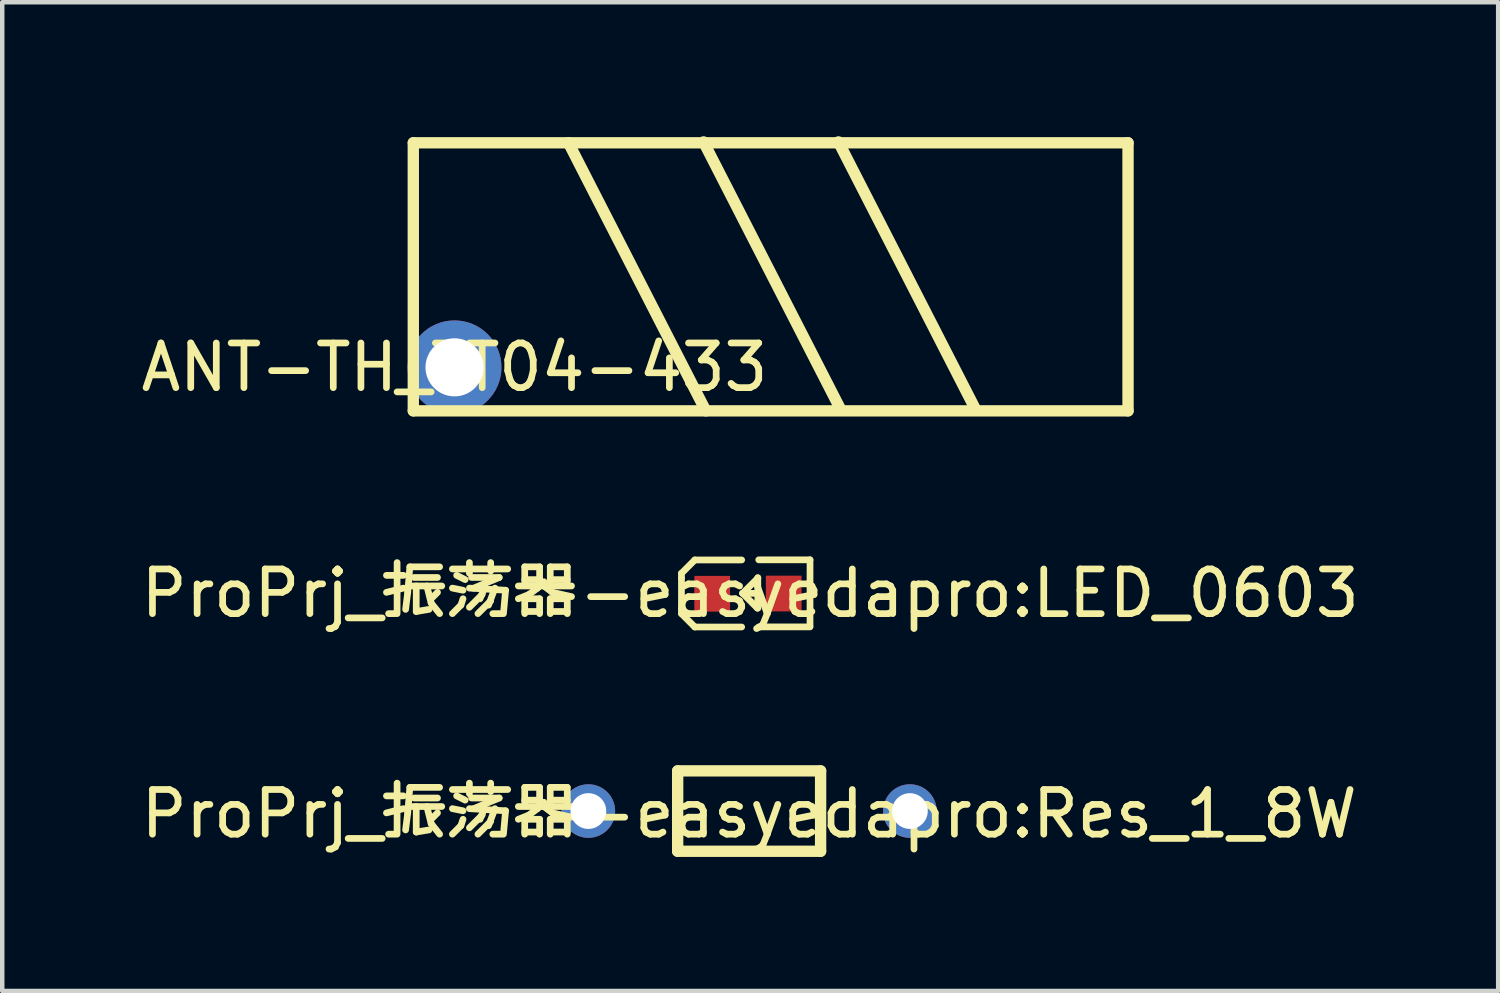
<source format=kicad_pcb>
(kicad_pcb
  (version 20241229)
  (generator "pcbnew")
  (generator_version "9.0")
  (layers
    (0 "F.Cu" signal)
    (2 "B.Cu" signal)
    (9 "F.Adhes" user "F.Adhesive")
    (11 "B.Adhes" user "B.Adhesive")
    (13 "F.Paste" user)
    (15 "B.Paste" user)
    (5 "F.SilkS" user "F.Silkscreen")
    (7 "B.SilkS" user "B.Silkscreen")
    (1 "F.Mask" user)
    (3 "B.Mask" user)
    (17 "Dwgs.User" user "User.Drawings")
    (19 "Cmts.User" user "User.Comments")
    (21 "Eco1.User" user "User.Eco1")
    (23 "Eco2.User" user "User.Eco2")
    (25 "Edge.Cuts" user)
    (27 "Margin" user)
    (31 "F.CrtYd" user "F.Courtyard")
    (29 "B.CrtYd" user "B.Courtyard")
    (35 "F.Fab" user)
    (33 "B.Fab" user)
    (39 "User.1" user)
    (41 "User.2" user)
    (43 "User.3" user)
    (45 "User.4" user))
  (footprint "ANT-TH_TT04-433"
    (layer "F.Cu")
    (at 7.125 5.173)
    (property "Reference" "ANT-TH_TT04-433" (at 0 0 0) (layer "F.SilkS") (effects (font (size 1 1) (thickness 0.15))))
    (fp_line (start -0.923 -5.026) (end -0.923 0.974) (stroke (width 0.254) (type default)) (layer "F.SilkS"))
    (fp_line (start -0.923 -5.026) (end 15.077 -5.026) (stroke (width 0.254) (type default)) (layer "F.SilkS"))
    (fp_line (start -0.923 0.974) (end 15.077 0.974) (stroke (width 0.254) (type default)) (layer "F.SilkS"))
    (fp_line (start 2.551 -5.026) (end 5.625 0.974) (stroke (width 0.254) (type default)) (layer "F.SilkS"))
    (fp_line (start 8.649 0.954) (end 5.575 -5.046) (stroke (width 0.254) (type default)) (layer "F.SilkS"))
    (fp_line (start 11.669 0.954) (end 8.595 -5.046) (stroke (width 0.254) (type default)) (layer "F.SilkS"))
    (fp_line (start 15.077 -5.026) (end 15.077 0.974) (stroke (width 0.254) (type default)) (layer "F.SilkS"))
    (fp_poly (pts (xy 0.55 0) (xy 0.531 -0.142) (xy 0.476 -0.275) (xy 0.389 -0.389) (xy 0.275 -0.476) (xy 0.142 -0.531) (xy 0 -0.55) (xy -0.142 -0.531) (xy -0.275 -0.476) (xy -0.389 -0.389) (xy -0.476 -0.275) (xy -0.531 -0.142) (xy -0.55 0) (xy -0.531 0.142) (xy -0.476 0.275) (xy -0.389 0.389) (xy -0.275 0.476) (xy -0.142 0.531) (xy 0 0.55) (xy 0.142 0.531) (xy 0.275 0.476) (xy 0.389 0.389) (xy 0.476 0.275) (xy 0.531 0.142)) (stroke (width 0.1) (type default)) (fill no) (layer "User.1"))
    (fp_line (start -0.923 -5.026) (end 15.077 -5.026) (stroke (width 0.051) (type default)) (layer "User.2"))
    (fp_line (start -0.923 0.974) (end -0.923 -5.026) (stroke (width 0.051) (type default)) (layer "User.2"))
    (fp_line (start 15.077 -5.026) (end 15.077 0.974) (stroke (width 0.051) (type default)) (layer "User.2"))
    (fp_line (start 15.077 0.974) (end -0.923 0.974) (stroke (width 0.051) (type default)) (layer "User.2"))
    (fp_poly (pts (xy -0.96 1.101) (xy -0.978 1.059) (xy -1.02 1.041) (xy -1.062 1.059) (xy -1.08 1.101) (xy -1.062 1.143) (xy -1.02 1.161) (xy -0.978 1.143)) (stroke (width 0.1) (type default)) (fill no) (layer "User.3"))
    (pad "1" thru_hole circle (at 0 0) (size 2.1 2.1) (drill 1.3) (layers "*.Cu" "*.Mask")))
  (footprint "ProPrj_振荡器-easyedapro{colon}LED_0603"
    (layer "F.Cu")
    (at 13.744 10.232)
    (property "Reference" "ProPrj_振荡器-easyedapro{colon}LED_0603" (at 0 0 0) (layer "F.SilkS") (effects (font (size 1 1) (thickness 0.15))))
    (fp_line (start -1.539 -0.447) (end -1.24 -0.747) (stroke (width 0.15) (type default)) (layer "F.SilkS"))
    (fp_line (start -1.539 -0.345) (end -1.539 -0.447) (stroke (width 0.15) (type default)) (layer "F.SilkS"))
    (fp_line (start -1.539 -0.345) (end -1.539 0.353) (stroke (width 0.15) (type default)) (layer "F.SilkS"))
    (fp_line (start -1.539 0.353) (end -1.539 0.455) (stroke (width 0.15) (type default)) (layer "F.SilkS"))
    (fp_line (start -1.539 0.455) (end -1.24 0.754) (stroke (width 0.15) (type default)) (layer "F.SilkS"))
    (fp_line (start -0.191 -0.747) (end -1.24 -0.747) (stroke (width 0.15) (type default)) (layer "F.SilkS"))
    (fp_line (start -0.191 0.754) (end -1.24 0.754) (stroke (width 0.15) (type default)) (layer "F.SilkS"))
    (fp_line (start 0.16 0.33) (end -0.17 0) (stroke (width 0.15) (type default)) (layer "F.SilkS"))
    (fp_line (start 0.17 -0.348) (end 0.17 -0.338) (stroke (width 0.15) (type default)) (layer "F.SilkS"))
    (fp_line (start 0.17 -0.348) (end 0.17 0.33) (stroke (width 0.15) (type default)) (layer "F.SilkS"))
    (fp_line (start 0.17 -0.338) (end -0.17 0) (stroke (width 0.15) (type default)) (layer "F.SilkS"))
    (fp_line (start 0.17 0) (end -0.17 0) (stroke (width 0.15) (type default)) (layer "F.SilkS"))
    (fp_line (start 0.17 0.33) (end 0.16 0.33) (stroke (width 0.15) (type default)) (layer "F.SilkS"))
    (fp_line (start 0.191 -0.75) (end 1.339 -0.75) (stroke (width 0.15) (type default)) (layer "F.SilkS"))
    (fp_line (start 0.191 0.752) (end 1.339 0.752) (stroke (width 0.15) (type default)) (layer "F.SilkS"))
    (fp_line (start 1.339 -0.75) (end 1.339 0.732) (stroke (width 0.15) (type default)) (layer "F.SilkS"))
    (fp_line (start -1.12 -0.053) (end -0.582 -0.053) (stroke (width 0.1) (type default)) (layer "User.1"))
    (fp_line (start -1.12 0.076) (end -1.12 -0.053) (stroke (width 0.1) (type default)) (layer "User.1"))
    (fp_line (start -0.912 0.411) (end -0.894 0.455) (stroke (width 0.1) (type default)) (layer "User.1"))
    (fp_line (start -0.894 0.368) (end -0.912 0.411) (stroke (width 0.1) (type default)) (layer "User.1"))
    (fp_line (start -0.894 0.455) (end -0.851 0.472) (stroke (width 0.1) (type default)) (layer "User.1"))
    (fp_line (start -0.851 -0.391) (end 0.75 -0.391) (stroke (width 0.051) (type default)) (layer "User.1"))
    (fp_line (start -0.851 -0.389) (end -0.551 -0.389) (stroke (width 0.1) (type default)) (layer "User.1"))
    (fp_line (start -0.851 0.35) (end -0.894 0.368) (stroke (width 0.1) (type default)) (layer "User.1"))
    (fp_line (start -0.851 0.406) (end -0.851 -0.391) (stroke (width 0.051) (type default)) (layer "User.1"))
    (fp_line (start -0.851 0.411) (end -0.851 -0.389) (stroke (width 0.1) (type default)) (layer "User.1"))
    (fp_line (start -0.851 0.472) (end -0.808 0.455) (stroke (width 0.1) (type default)) (layer "User.1"))
    (fp_line (start -0.808 0.368) (end -0.851 0.35) (stroke (width 0.1) (type default)) (layer "User.1"))
    (fp_line (start -0.808 0.455) (end -0.79 0.411) (stroke (width 0.1) (type default)) (layer "User.1"))
    (fp_line (start -0.79 0.411) (end -0.808 0.368) (stroke (width 0.1) (type default)) (layer "User.1"))
    (fp_line (start -0.582 -0.053) (end -0.582 0.076) (stroke (width 0.1) (type default)) (layer "User.1"))
    (fp_line (start -0.582 0.076) (end -1.12 0.076) (stroke (width 0.1) (type default)) (layer "User.1"))
    (fp_line (start -0.551 -0.389) (end -0.551 0.411) (stroke (width 0.1) (type default)) (layer "User.1"))
    (fp_line (start -0.551 0.411) (end -0.851 0.411) (stroke (width 0.1) (type default)) (layer "User.1"))
    (fp_line (start 0.45 -0.396) (end 0.75 -0.396) (stroke (width 0.1) (type default)) (layer "User.1"))
    (fp_line (start 0.45 0.404) (end 0.45 -0.396) (stroke (width 0.1) (type default)) (layer "User.1"))
    (fp_line (start 0.477 -0.061) (end 1.018 -0.061) (stroke (width 0.1) (type default)) (layer "User.1"))
    (fp_line (start 0.477 0.069) (end 0.477 -0.061) (stroke (width 0.1) (type default)) (layer "User.1"))
    (fp_line (start 0.683 -0.264) (end 0.813 -0.264) (stroke (width 0.1) (type default)) (layer "User.1"))
    (fp_line (start 0.683 0.275) (end 0.683 -0.264) (stroke (width 0.1) (type default)) (layer "User.1"))
    (fp_line (start 0.75 -0.396) (end 0.75 0.404) (stroke (width 0.1) (type default)) (layer "User.1"))
    (fp_line (start 0.75 -0.391) (end 0.75 0.406) (stroke (width 0.051) (type default)) (layer "User.1"))
    (fp_line (start 0.75 0.404) (end 0.45 0.404) (stroke (width 0.1) (type default)) (layer "User.1"))
    (fp_line (start 0.75 0.406) (end -0.851 0.406) (stroke (width 0.051) (type default)) (layer "User.1"))
    (fp_line (start 0.813 -0.264) (end 0.813 0.275) (stroke (width 0.1) (type default)) (layer "User.1"))
    (fp_line (start 0.813 0.275) (end 0.683 0.275) (stroke (width 0.1) (type default)) (layer "User.1"))
    (fp_line (start 1.018 -0.061) (end 1.018 0.069) (stroke (width 0.1) (type default)) (layer "User.1"))
    (fp_line (start 1.018 0.069) (end 0.477 0.069) (stroke (width 0.1) (type default)) (layer "User.1"))
    (pad "1" smd rect (at -0.851 0.01 90) (size 0.8 0.8) (layers "F.Cu" "F.Mask" "F.Paste"))
    (pad "2" smd rect (at 0.75 0.005 90) (size 0.8 0.8) (layers "F.Cu" "F.Mask" "F.Paste")))
  (footprint "ProPrj_振荡器-easyedapro{colon}Res_1_8W"
    (layer "F.Cu")
    (at 13.72 15.169)
    (property "Reference" "ProPrj_振荡器-easyedapro{colon}Res_1_8W" (at 0 0 0) (layer "F.SilkS") (effects (font (size 1 1) (thickness 0.15))))
    (fp_line (start -1.6 -0.962) (end 1.6 -0.962) (stroke (width 0.254) (type default)) (layer "F.SilkS"))
    (fp_line (start -1.6 0.837) (end -1.6 -0.962) (stroke (width 0.254) (type default)) (layer "F.SilkS"))
    (fp_line (start 1.6 -0.962) (end 1.6 0.837) (stroke (width 0.254) (type default)) (layer "F.SilkS"))
    (fp_line (start 1.6 0.837) (end -1.6 0.837) (stroke (width 0.254) (type default)) (layer "F.SilkS"))
    (fp_line (start -3.861 0.837) (end -3.843 0.879) (stroke (width 0.1) (type default)) (layer "User.1"))
    (fp_line (start -3.843 0.793) (end -3.861 0.837) (stroke (width 0.1) (type default)) (layer "User.1"))
    (fp_line (start -3.843 0.879) (end -3.8 0.897) (stroke (width 0.1) (type default)) (layer "User.1"))
    (fp_line (start -3.8 -0.264) (end -1.501 -0.264) (stroke (width 0.1) (type default)) (layer "User.1"))
    (fp_line (start -3.8 0.138) (end -3.8 -0.264) (stroke (width 0.1) (type default)) (layer "User.1"))
    (fp_line (start -3.8 0.775) (end -3.843 0.793) (stroke (width 0.1) (type default)) (layer "User.1"))
    (fp_line (start -3.8 0.897) (end -3.757 0.879) (stroke (width 0.1) (type default)) (layer "User.1"))
    (fp_line (start -3.8 -0.063) (end -3.78 0.024) (stroke (width 0.1) (type default)) (layer "User.1"))
    (fp_line (start -3.78 -0.15) (end -3.8 -0.063) (stroke (width 0.1) (type default)) (layer "User.1"))
    (fp_line (start -3.78 0.024) (end -3.724 0.094) (stroke (width 0.1) (type default)) (layer "User.1"))
    (fp_line (start -3.757 0.793) (end -3.8 0.775) (stroke (width 0.1) (type default)) (layer "User.1"))
    (fp_line (start -3.757 0.879) (end -3.739 0.837) (stroke (width 0.1) (type default)) (layer "User.1"))
    (fp_line (start -3.739 0.837) (end -3.757 0.793) (stroke (width 0.1) (type default)) (layer "User.1"))
    (fp_line (start -3.724 -0.22) (end -3.78 -0.15) (stroke (width 0.1) (type default)) (layer "User.1"))
    (fp_line (start -3.724 0.094) (end -3.643 0.133) (stroke (width 0.1) (type default)) (layer "User.1"))
    (fp_line (start -3.643 -0.259) (end -3.724 -0.22) (stroke (width 0.1) (type default)) (layer "User.1"))
    (fp_line (start -3.643 0.133) (end -3.554 0.133) (stroke (width 0.1) (type default)) (layer "User.1"))
    (fp_line (start -3.554 -0.259) (end -3.643 -0.259) (stroke (width 0.1) (type default)) (layer "User.1"))
    (fp_line (start -3.554 0.133) (end -3.474 0.094) (stroke (width 0.1) (type default)) (layer "User.1"))
    (fp_line (start -3.474 -0.22) (end -3.554 -0.259) (stroke (width 0.1) (type default)) (layer "User.1"))
    (fp_line (start -3.474 0.094) (end -3.418 0.024) (stroke (width 0.1) (type default)) (layer "User.1"))
    (fp_line (start -3.418 -0.15) (end -3.474 -0.22) (stroke (width 0.1) (type default)) (layer "User.1"))
    (fp_line (start -3.418 0.024) (end -3.398 -0.063) (stroke (width 0.1) (type default)) (layer "User.1"))
    (fp_line (start -3.398 -0.063) (end -3.418 -0.15) (stroke (width 0.1) (type default)) (layer "User.1"))
    (fp_line (start -1.6 -0.962) (end 1.6 -0.962) (stroke (width 0.051) (type default)) (layer "User.1"))
    (fp_line (start -1.6 0.837) (end -1.6 -0.962) (stroke (width 0.051) (type default)) (layer "User.1"))
    (fp_line (start -1.501 -0.264) (end -1.501 0.138) (stroke (width 0.1) (type default)) (layer "User.1"))
    (fp_line (start -1.501 0.138) (end -3.8 0.138) (stroke (width 0.1) (type default)) (layer "User.1"))
    (fp_line (start 1.501 -0.264) (end 3.8 -0.264) (stroke (width 0.1) (type default)) (layer "User.1"))
    (fp_line (start 1.501 0.138) (end 1.501 -0.264) (stroke (width 0.1) (type default)) (layer "User.1"))
    (fp_line (start 1.6 -0.962) (end 1.6 0.837) (stroke (width 0.051) (type default)) (layer "User.1"))
    (fp_line (start 1.6 0.837) (end -1.6 0.837) (stroke (width 0.051) (type default)) (layer "User.1"))
    (fp_line (start 3.398 -0.063) (end 3.418 0.024) (stroke (width 0.1) (type default)) (layer "User.1"))
    (fp_line (start 3.418 -0.15) (end 3.398 -0.063) (stroke (width 0.1) (type default)) (layer "User.1"))
    (fp_line (start 3.418 0.024) (end 3.474 0.094) (stroke (width 0.1) (type default)) (layer "User.1"))
    (fp_line (start 3.474 -0.22) (end 3.418 -0.15) (stroke (width 0.1) (type default)) (layer "User.1"))
    (fp_line (start 3.474 0.094) (end 3.554 0.133) (stroke (width 0.1) (type default)) (layer "User.1"))
    (fp_line (start 3.554 -0.259) (end 3.474 -0.22) (stroke (width 0.1) (type default)) (layer "User.1"))
    (fp_line (start 3.554 0.133) (end 3.643 0.133) (stroke (width 0.1) (type default)) (layer "User.1"))
    (fp_line (start 3.643 -0.259) (end 3.554 -0.259) (stroke (width 0.1) (type default)) (layer "User.1"))
    (fp_line (start 3.643 0.133) (end 3.724 0.094) (stroke (width 0.1) (type default)) (layer "User.1"))
    (fp_line (start 3.724 -0.22) (end 3.643 -0.259) (stroke (width 0.1) (type default)) (layer "User.1"))
    (fp_line (start 3.724 0.094) (end 3.78 0.024) (stroke (width 0.1) (type default)) (layer "User.1"))
    (fp_line (start 3.78 -0.15) (end 3.724 -0.22) (stroke (width 0.1) (type default)) (layer "User.1"))
    (fp_line (start 3.78 0.024) (end 3.8 -0.063) (stroke (width 0.1) (type default)) (layer "User.1"))
    (fp_line (start 3.8 -0.063) (end 3.78 -0.15) (stroke (width 0.1) (type default)) (layer "User.1"))
    (fp_line (start 3.8 -0.264) (end 3.8 0.138) (stroke (width 0.1) (type default)) (layer "User.1"))
    (fp_line (start 3.8 0.138) (end 1.501 0.138) (stroke (width 0.1) (type default)) (layer "User.1"))
    (pad "1" thru_hole circle (at -3.599 -0.063) (size 1.199 1.199) (drill 0.8) (layers "*.Cu" "*.Mask"))
    (pad "2" thru_hole circle (at 3.599 -0.063) (size 1.199 1.199) (drill 0.8) (layers "*.Cu" "*.Mask")))
  (gr_rect
    (start -3 -3)
    (end 30.488 19.133)
    (stroke (width 0.1) (type default))
    (fill no)
    (layer "Edge.Cuts")))
</source>
